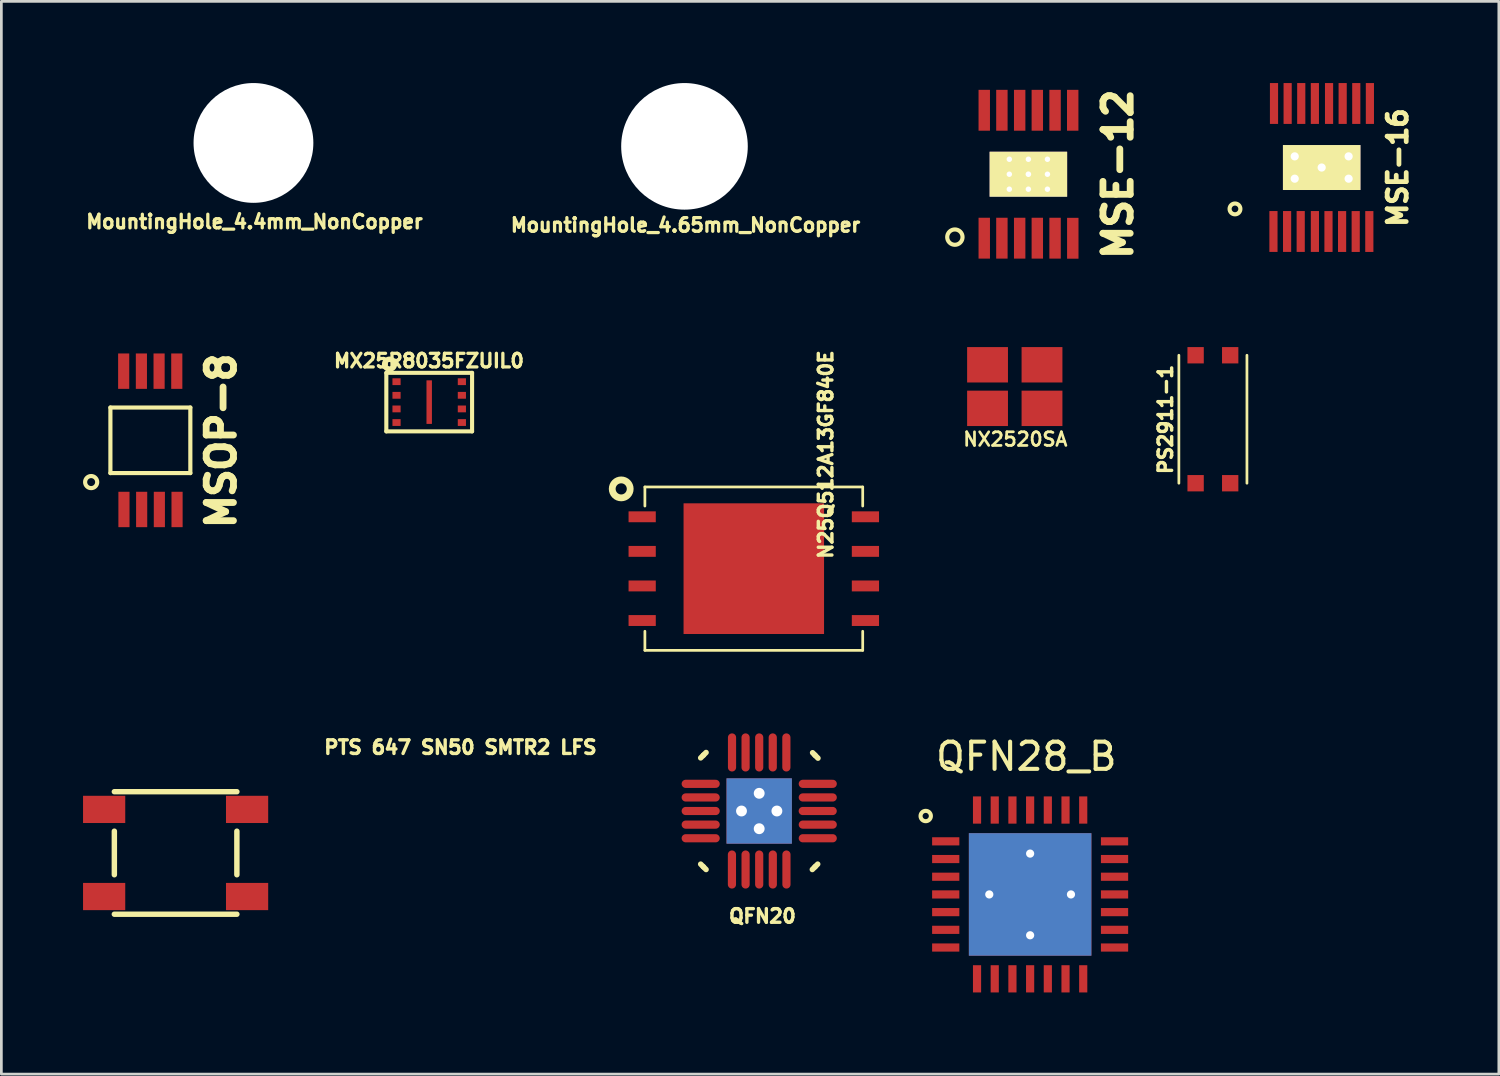
<source format=kicad_pcb>
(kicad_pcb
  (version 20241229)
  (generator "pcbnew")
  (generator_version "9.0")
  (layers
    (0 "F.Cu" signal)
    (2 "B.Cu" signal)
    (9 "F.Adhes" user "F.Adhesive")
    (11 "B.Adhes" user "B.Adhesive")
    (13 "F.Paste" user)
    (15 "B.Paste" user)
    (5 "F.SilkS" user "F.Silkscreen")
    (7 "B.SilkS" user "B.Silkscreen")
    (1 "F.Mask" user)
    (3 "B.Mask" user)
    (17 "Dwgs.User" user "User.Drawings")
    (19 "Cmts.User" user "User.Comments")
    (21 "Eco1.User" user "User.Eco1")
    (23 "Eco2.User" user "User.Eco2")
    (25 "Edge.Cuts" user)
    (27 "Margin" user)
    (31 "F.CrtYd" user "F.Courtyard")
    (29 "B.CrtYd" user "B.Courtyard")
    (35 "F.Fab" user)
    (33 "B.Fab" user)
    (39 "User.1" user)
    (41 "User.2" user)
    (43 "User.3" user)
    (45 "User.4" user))
  (footprint "QFN20"
    (layer "F.Cu")
    (at 24.834 26.737)
    (property "Reference" "QFN20" (at 0.119 3.861 0) (layer "F.SilkS") (effects (font (size 0.5 0.5) (thickness 0.124))))
    (attr smd)
    (fp_line (start -2.05 -2.05) (end -2.149 -1.951) (stroke (width 0.201) (type solid)) (layer "F.SilkS"))
    (fp_line (start -2.05 -2.05) (end -1.951 -2.149) (stroke (width 0.201) (type solid)) (layer "F.SilkS"))
    (fp_line (start -2.05 2.05) (end -2.149 1.951) (stroke (width 0.201) (type solid)) (layer "F.SilkS"))
    (fp_line (start -2.05 2.05) (end -1.951 2.149) (stroke (width 0.201) (type solid)) (layer "F.SilkS"))
    (fp_line (start 2.05 -2.05) (end 1.961 -2.141) (stroke (width 0.201) (type solid)) (layer "F.SilkS"))
    (fp_line (start 2.05 -2.05) (end 2.159 -1.941) (stroke (width 0.201) (type solid)) (layer "F.SilkS"))
    (fp_line (start 2.05 2.05) (end 1.951 2.149) (stroke (width 0.201) (type solid)) (layer "F.SilkS"))
    (fp_line (start 2.05 2.05) (end 2.149 1.951) (stroke (width 0.201) (type solid)) (layer "F.SilkS"))
    (pad "1" smd oval (at -2.149 -0.998) (size 1.4 0.3) (layers "F.Cu" "F.Mask" "F.Paste"))
    (pad "2" smd oval (at -2.149 -0.498) (size 1.4 0.3) (layers "F.Cu" "F.Mask" "F.Paste"))
    (pad "3" smd oval (at -2.149 0) (size 1.4 0.3) (layers "F.Cu" "F.Mask" "F.Paste"))
    (pad "4" smd oval (at -2.149 0.5) (size 1.4 0.3) (layers "F.Cu" "F.Mask" "F.Paste"))
    (pad "5" smd oval (at -2.149 1.001) (size 1.4 0.3) (layers "F.Cu" "F.Mask" "F.Paste"))
    (pad "6" smd oval (at -1.001 2.149) (size 0.3 1.4) (layers "F.Cu" "F.Mask" "F.Paste"))
    (pad "7" smd oval (at -0.5 2.149) (size 0.3 1.4) (layers "F.Cu" "F.Mask" "F.Paste"))
    (pad "8" smd oval (at 0 2.149) (size 0.3 1.4) (layers "F.Cu" "F.Mask" "F.Paste"))
    (pad "9" smd oval (at 0.5 2.149) (size 0.3 1.4) (layers "F.Cu" "F.Mask" "F.Paste"))
    (pad "10" smd oval (at 1.001 2.149) (size 0.3 1.4) (layers "F.Cu" "F.Mask" "F.Paste"))
    (pad "11" smd oval (at 2.151 1.001) (size 1.4 0.3) (layers "F.Cu" "F.Mask" "F.Paste"))
    (pad "12" smd oval (at 2.151 0.5) (size 1.4 0.3) (layers "F.Cu" "F.Mask" "F.Paste"))
    (pad "13" smd oval (at 2.149 0) (size 1.4 0.3) (layers "F.Cu" "F.Mask" "F.Paste"))
    (pad "14" smd oval (at 2.151 -0.498) (size 1.4 0.3) (layers "F.Cu" "F.Mask" "F.Paste"))
    (pad "15" smd oval (at 2.151 -0.998) (size 1.4 0.3) (layers "F.Cu" "F.Mask" "F.Paste"))
    (pad "16" smd oval (at 0.998 -2.151) (size 0.3 1.4) (layers "F.Cu" "F.Mask" "F.Paste"))
    (pad "17" smd oval (at 0.498 -2.151) (size 0.3 1.4) (layers "F.Cu" "F.Mask" "F.Paste"))
    (pad "18" smd oval (at 0 -2.151) (size 0.3 1.4) (layers "F.Cu" "F.Mask" "F.Paste"))
    (pad "19" smd oval (at -0.5 -2.151) (size 0.3 1.4) (layers "F.Cu" "F.Mask" "F.Paste"))
    (pad "20" smd oval (at -0.998 -2.151) (size 0.3 1.4) (layers "F.Cu" "F.Mask" "F.Paste"))
    (pad "21" smd circle (at -0.65 -0.65) (size 0.399 0.399) (layers "F.Cu" "F.Mask" "F.Paste"))
    (pad "21" thru_hole circle (at -0.65 0) (size 0.5 0.5) (drill 0.399) (layers "*.Cu"))
    (pad "21" smd circle (at -0.65 0.65) (size 0.399 0.399) (layers "F.Cu" "F.Mask" "F.Paste"))
    (pad "21" thru_hole circle (at 0 -0.65) (size 0.5 0.5) (drill 0.399) (layers "*.Cu"))
    (pad "21" smd circle (at 0 0) (size 0.399 0.399) (layers "F.Cu" "F.Mask" "F.Paste"))
    (pad "21" smd rect (at 0 0) (size 2.4 2.4) (layers "*.Cu"))
    (pad "21" thru_hole circle (at 0 0.65) (size 0.5 0.5) (drill 0.399) (layers "*.Cu"))
    (pad "21" smd circle (at 0.65 -0.65) (size 0.399 0.399) (layers "F.Cu" "F.Mask" "F.Paste"))
    (pad "21" thru_hole circle (at 0.65 0) (size 0.5 0.5) (drill 0.399) (layers "*.Cu"))
    (pad "21" smd circle (at 0.65 0.65) (size 0.399 0.399) (layers "F.Cu" "F.Mask" "F.Paste")))
  (footprint "MSE-16"
    (layer "F.Cu")
    (at 45.493 3.103)
    (property "Reference" "MSE-16" (at 2.79 0 90) (layer "F.SilkS") (effects (font (size 0.7 0.7) (thickness 0.175))))
    (attr through_hole)
    (fp_circle (center -3.184 1.52) (end -3.012 1.619) (stroke (width 0.152) (type solid)) (fill no) (layer "F.SilkS"))
    (pad "1" smd rect (at -1.771 2.349) (size 0.3 1.501) (layers "F.Cu" "F.Mask" "F.Paste"))
    (pad "2" smd rect (at -1.27 2.349) (size 0.3 1.501) (layers "F.Cu" "F.Mask" "F.Paste"))
    (pad "3" smd rect (at -0.77 2.349) (size 0.3 1.501) (layers "F.Cu" "F.Mask" "F.Paste"))
    (pad "4" smd rect (at -0.249 2.349) (size 0.3 1.501) (layers "F.Cu" "F.Mask" "F.Paste"))
    (pad "5" smd rect (at 0.25 2.35) (size 0.3 1.501) (layers "F.Cu" "F.Mask" "F.Paste"))
    (pad "6" smd rect (at 0.75 2.35) (size 0.3 1.501) (layers "F.Cu" "F.Mask" "F.Paste"))
    (pad "7" smd rect (at 1.25 2.35) (size 0.3 1.501) (layers "F.Cu" "F.Mask" "F.Paste"))
    (pad "8" smd rect (at 1.75 2.35) (size 0.3 1.501) (layers "F.Cu" "F.Mask" "F.Paste"))
    (pad "9" smd rect (at 1.771 -2.352) (size 0.3 1.501) (layers "F.Cu" "F.Mask" "F.Paste"))
    (pad "10" smd rect (at 1.271 -2.352) (size 0.3 1.501) (layers "F.Cu" "F.Mask" "F.Paste"))
    (pad "11" smd rect (at 0.771 -2.352) (size 0.3 1.501) (layers "F.Cu" "F.Mask" "F.Paste"))
    (pad "12" smd rect (at 0.271 -2.352) (size 0.3 1.501) (layers "F.Cu" "F.Mask" "F.Paste"))
    (pad "13" smd rect (at -0.25 -2.352) (size 0.3 1.501) (layers "F.Cu" "F.Mask" "F.Paste"))
    (pad "14" smd rect (at -0.75 -2.352) (size 0.3 1.501) (layers "F.Cu" "F.Mask" "F.Paste"))
    (pad "15" smd rect (at -1.25 -2.352) (size 0.3 1.501) (layers "F.Cu" "F.Mask" "F.Paste"))
    (pad "16" smd rect (at -1.751 -2.352) (size 0.3 1.501) (layers "F.Cu" "F.Mask" "F.Paste"))
    (pad "17" thru_hole circle (at -0.99 -0.41) (size 0.6 0.6) (drill 0.3) (layers "*.Cu" "*.Mask" "F.SilkS"))
    (pad "17" thru_hole circle (at -0.99 0.41) (size 0.6 0.6) (drill 0.3) (layers "*.Cu" "*.Mask" "F.SilkS"))
    (pad "17" thru_hole rect (at 0 0) (size 2.845 1.651) (drill 0.3) (layers "*.Cu" "*.Mask" "F.SilkS"))
    (pad "17" thru_hole circle (at 0.99 -0.41) (size 0.6 0.6) (drill 0.3) (layers "*.Cu" "*.Mask" "F.SilkS"))
    (pad "17" thru_hole circle (at 0.99 0.41) (size 0.6 0.6) (drill 0.3) (layers "*.Cu" "*.Mask" "F.SilkS")))
  (footprint "PTS 647 SN50 SMTR2 LFS"
    (layer "F.Cu")
    (at 3.4 28.278)
    (property "Reference" "PTS 647 SN50 SMTR2 LFS" (at 10.46 -3.88 0) (layer "F.SilkS") (effects (font (size 0.5 0.5) (thickness 0.125))))
    (attr through_hole)
    (fp_line (start -2.25 -2.25) (end 2.25 -2.25) (stroke (width 0.2) (type solid)) (layer "F.SilkS"))
    (fp_line (start -2.25 -0.8) (end -2.25 0.8) (stroke (width 0.2) (type solid)) (layer "F.SilkS"))
    (fp_line (start -2.25 2.25) (end 2.25 2.25) (stroke (width 0.2) (type solid)) (layer "F.SilkS"))
    (fp_line (start 2.25 -0.8) (end 2.25 0.8) (stroke (width 0.2) (type solid)) (layer "F.SilkS"))
    (pad "" smd rect (at 2.625 -1.6) (size 1.55 1) (layers "F.Cu" "F.Mask" "F.Paste"))
    (pad "" smd rect (at 2.625 1.6) (size 1.55 1) (layers "F.Cu" "F.Mask" "F.Paste"))
    (pad "1" smd rect (at -2.625 -1.6) (size 1.55 1) (layers "F.Cu" "F.Mask" "F.Paste"))
    (pad "2" smd rect (at -2.625 1.6) (size 1.55 1) (layers "F.Cu" "F.Mask" "F.Paste")))
  (footprint "N25Q512A13GF840E"
    (layer "F.Cu")
    (at 24.636 17.836)
    (property "Reference" "N25Q512A13GF840E" (at 2.644 -4.191 90) (layer "F.SilkS") (effects (font (size 0.5 0.5) (thickness 0.125))))
    (attr through_hole)
    (fp_line (start -4 -3) (end -4 -2.3) (stroke (width 0.1) (type solid)) (layer "F.SilkS"))
    (fp_line (start -4 -3) (end 4 -3) (stroke (width 0.1) (type solid)) (layer "F.SilkS"))
    (fp_line (start -4 2.3) (end -4 3) (stroke (width 0.1) (type solid)) (layer "F.SilkS"))
    (fp_line (start -4 3) (end 4 3) (stroke (width 0.1) (type solid)) (layer "F.SilkS"))
    (fp_line (start 4 -3) (end 4 -2.3) (stroke (width 0.1) (type solid)) (layer "F.SilkS"))
    (fp_line (start 4 2.3) (end 4 3) (stroke (width 0.1) (type solid)) (layer "F.SilkS"))
    (fp_circle (center -4.87 -2.93) (end -4.68 -2.66) (stroke (width 0.25) (type solid)) (fill no) (layer "F.SilkS"))
    (pad "1" smd rect (at -4.1 -1.905) (size 1 0.4) (layers "F.Cu" "F.Mask" "F.Paste"))
    (pad "2" smd rect (at -4.1 -0.635) (size 1 0.4) (layers "F.Cu" "F.Mask" "F.Paste"))
    (pad "3" smd rect (at -4.1 0.635) (size 1 0.4) (layers "F.Cu" "F.Mask" "F.Paste"))
    (pad "4" smd rect (at -4.1 1.905) (size 1 0.4) (layers "F.Cu" "F.Mask" "F.Paste"))
    (pad "5" smd rect (at 4.1 1.905) (size 1 0.4) (layers "F.Cu" "F.Mask" "F.Paste"))
    (pad "6" smd rect (at 4.1 0.635) (size 1 0.4) (layers "F.Cu" "F.Mask" "F.Paste"))
    (pad "7" smd rect (at 4.1 -0.635) (size 1 0.4) (layers "F.Cu" "F.Mask" "F.Paste"))
    (pad "8" smd rect (at 4.1 -1.905) (size 1 0.4) (layers "F.Cu" "F.Mask" "F.Paste"))
    (pad "9" smd rect (at 0 0) (size 5.16 4.8) (layers "F.Cu" "F.Mask" "F.Paste")))
  (footprint "NX2520SA"
    (layer "F.Cu")
    (at 34.221 11.148)
    (property "Reference" "NX2520SA" (at 0.02 1.935 0) (layer "F.SilkS") (effects (font (size 0.5 0.5) (thickness 0.1))))
    (attr through_hole)
    (pad "1" smd rect (at -1 -0.8) (size 1 1) (layers "F.Cu" "F.Paste"))
    (pad "1" smd rect (at -1 -0.8) (size 1.5 1.3) (layers "F.Cu" "F.Mask"))
    (pad "2" smd rect (at -1 0.8) (size 1 1) (layers "F.Cu" "F.Paste"))
    (pad "2" smd rect (at -1 0.8) (size 1.5 1.3) (layers "F.Cu" "F.Mask"))
    (pad "3" smd rect (at 1 -0.8) (size 1 1) (layers "F.Cu" "F.Paste"))
    (pad "3" smd rect (at 1 -0.8) (size 1.5 1.3) (layers "F.Cu" "F.Mask"))
    (pad "4" smd rect (at 1 0.8) (size 1 1) (layers "F.Cu" "F.Paste"))
    (pad "4" smd rect (at 1 0.8) (size 1.5 1.3) (layers "F.Cu" "F.Mask")))
  (footprint "QFN28_B"
    (layer "F.Cu")
    (at 34.785 29.801)
    (property "Reference" "QFN28_B" (at -0.14 -5.067 0) (layer "F.SilkS") (effects (font (size 1 1) (thickness 0.15))))
    (attr through_hole)
    (fp_circle (center -3.835 -2.88) (end -3.721 -2.728) (stroke (width 0.15) (type solid)) (fill no) (layer "F.SilkS"))
    (pad "1" smd rect (at -3.1 -1.95) (size 1 0.3) (layers "F.Cu" "F.Mask"))
    (pad "2" smd rect (at -3.1 -1.3) (size 1 0.3) (layers "F.Cu" "F.Mask"))
    (pad "3" smd rect (at -3.1 -0.65) (size 1 0.3) (layers "F.Cu" "F.Mask"))
    (pad "4" smd rect (at -3.1 0) (size 1 0.3) (layers "F.Cu" "F.Mask"))
    (pad "5" smd rect (at -3.1 0.65) (size 1 0.3) (layers "F.Cu" "F.Mask"))
    (pad "6" smd rect (at -3.1 1.3) (size 1 0.3) (layers "F.Cu" "F.Mask"))
    (pad "7" smd rect (at -3.1 1.95) (size 1 0.3) (layers "F.Cu" "F.Mask"))
    (pad "8" smd rect (at -1.95 3.1) (size 0.3 1) (layers "F.Cu" "F.Mask"))
    (pad "9" smd rect (at -1.3 3.1) (size 0.3 1) (layers "F.Cu" "F.Mask"))
    (pad "10" smd rect (at -0.65 3.1) (size 0.3 1) (layers "F.Cu" "F.Mask"))
    (pad "11" smd rect (at 0 3.1) (size 0.3 1) (layers "F.Cu" "F.Mask"))
    (pad "12" smd rect (at 0.65 3.1) (size 0.3 1) (layers "F.Cu" "F.Mask"))
    (pad "13" smd rect (at 1.3 3.1) (size 0.3 1) (layers "F.Cu" "F.Mask"))
    (pad "14" smd rect (at 1.95 3.1) (size 0.3 1) (layers "F.Cu" "F.Mask"))
    (pad "15" smd rect (at 3.1 1.95) (size 1 0.3) (layers "F.Cu" "F.Mask"))
    (pad "16" smd rect (at 3.1 1.3) (size 1 0.3) (layers "F.Cu" "F.Mask"))
    (pad "17" smd rect (at 3.1 0.65) (size 1 0.3) (layers "F.Cu" "F.Mask"))
    (pad "18" smd rect (at 3.1 0) (size 1 0.3) (layers "F.Cu" "F.Mask"))
    (pad "19" smd rect (at 3.1 -0.65) (size 1 0.3) (layers "F.Cu" "F.Mask"))
    (pad "20" smd rect (at 3.1 -1.3) (size 1 0.3) (layers "F.Cu" "F.Mask"))
    (pad "21" smd rect (at 3.1 -1.95) (size 1 0.3) (layers "F.Cu" "F.Mask"))
    (pad "22" smd rect (at 1.95 -3.1) (size 0.3 1) (layers "F.Cu" "F.Mask"))
    (pad "23" smd rect (at 1.3 -3.1) (size 0.3 1) (layers "F.Cu" "F.Mask"))
    (pad "24" smd rect (at 0.65 -3.1) (size 0.3 1) (layers "F.Cu" "F.Mask"))
    (pad "25" smd rect (at 0 -3.1) (size 0.3 1) (layers "F.Cu" "F.Mask"))
    (pad "26" smd rect (at -0.65 -3.1) (size 0.3 1) (layers "F.Cu" "F.Mask"))
    (pad "27" smd rect (at -1.3 -3.1) (size 0.3 1) (layers "F.Cu" "F.Mask"))
    (pad "28" smd rect (at -1.95 -3.1) (size 0.3 1) (layers "F.Cu" "F.Mask"))
    (pad "29" thru_hole circle (at -1.5 0) (size 0.5 0.5) (drill 0.3) (layers "*.Cu"))
    (pad "29" smd rect (at -1.25 -1.25) (size 1 1) (layers "F.Cu" "F.Mask"))
    (pad "29" smd rect (at -1.25 1.25) (size 1 1) (layers "F.Cu" "F.Mask"))
    (pad "29" thru_hole circle (at 0 -1.5) (size 0.5 0.5) (drill 0.3) (layers "*.Cu"))
    (pad "29" smd rect (at 0 0) (size 1 1) (layers "F.Cu" "F.Mask"))
    (pad "29" connect rect (at 0 0) (size 4.5 4.5) (layers "F.Cu"))
    (pad "29" smd rect (at 0 0) (size 4.5 4.5) (layers "B.Cu"))
    (pad "29" thru_hole circle (at 0 1.5) (size 0.5 0.5) (drill 0.3) (layers "*.Cu"))
    (pad "29" smd rect (at 1.25 -1.25) (size 1 1) (layers "F.Cu" "F.Mask"))
    (pad "29" smd rect (at 1.25 1.25) (size 1 1) (layers "F.Cu" "F.Mask"))
    (pad "29" thru_hole circle (at 1.5 0) (size 0.5 0.5) (drill 0.3) (layers "*.Cu")))
  (footprint "MountingHole_4.4mm_NonCopper"
    (layer "F.Cu")
    (at 6.259 2.2)
    (property "Reference" "MountingHole_4.4mm_NonCopper" (at 0.038 2.893 0) (layer "F.SilkS") (effects (font (size 0.5 0.5) (thickness 0.12))))
    (attr through_hole)
    (pad "" np_thru_hole circle (at 0 0) (size 4.4 4.4) (drill 4.4) (layers "*.Cu" "*.Mask")))
  (footprint "MSE-12"
    (layer "F.Cu")
    (at 34.721 3.349)
    (property "Reference" "MSE-12" (at 3.289 0 90) (layer "F.SilkS") (effects (font (size 1.001 1.001) (thickness 0.251))))
    (attr through_hole)
    (fp_circle (center -2.7 2.31) (end -2.45 2.44) (stroke (width 0.152) (type solid)) (fill no) (layer "F.SilkS"))
    (pad "1" smd rect (at -1.621 2.349) (size 0.419 1.501) (layers "F.Cu" "F.Mask" "F.Paste"))
    (pad "2" smd rect (at -0.973 2.349) (size 0.419 1.501) (layers "F.Cu" "F.Mask" "F.Paste"))
    (pad "3" smd rect (at -0.32 2.349) (size 0.419 1.501) (layers "F.Cu" "F.Mask" "F.Paste"))
    (pad "4" smd rect (at 0.328 2.349) (size 0.419 1.501) (layers "F.Cu" "F.Mask" "F.Paste"))
    (pad "5" smd rect (at 0.98 2.349) (size 0.419 1.501) (layers "F.Cu" "F.Mask" "F.Paste"))
    (pad "6" smd rect (at 1.631 2.352) (size 0.419 1.501) (layers "F.Cu" "F.Mask" "F.Paste"))
    (pad "7" smd rect (at 1.628 -2.349) (size 0.419 1.501) (layers "F.Cu" "F.Mask" "F.Paste"))
    (pad "8" smd rect (at 0.98 -2.349) (size 0.419 1.501) (layers "F.Cu" "F.Mask" "F.Paste"))
    (pad "9" smd rect (at 0.328 -2.349) (size 0.419 1.501) (layers "F.Cu" "F.Mask" "F.Paste"))
    (pad "10" smd rect (at -0.32 -2.349) (size 0.419 1.501) (layers "F.Cu" "F.Mask" "F.Paste"))
    (pad "11" smd rect (at -0.973 -2.349) (size 0.419 1.501) (layers "F.Cu" "F.Mask" "F.Paste"))
    (pad "12" smd rect (at -1.621 -2.349) (size 0.419 1.501) (layers "F.Cu" "F.Mask" "F.Paste"))
    (pad "13" thru_hole circle (at -0.7 -0.55) (size 0.5 0.5) (drill 0.201) (layers "*.Cu" "*.Mask" "F.SilkS"))
    (pad "13" thru_hole circle (at -0.7 0) (size 0.5 0.5) (drill 0.201) (layers "*.Cu" "*.Mask" "F.SilkS"))
    (pad "13" thru_hole circle (at -0.7 0.55) (size 0.5 0.5) (drill 0.201) (layers "*.Cu" "*.Mask" "F.SilkS"))
    (pad "13" thru_hole circle (at 0 -0.55) (size 0.5 0.5) (drill 0.201) (layers "*.Cu" "*.Mask" "F.SilkS"))
    (pad "13" thru_hole rect (at 0 0) (size 2.845 1.651) (drill 0.207) (layers "*.Cu" "*.Mask" "F.SilkS"))
    (pad "13" thru_hole circle (at 0 0.55) (size 0.5 0.5) (drill 0.201) (layers "*.Cu" "*.Mask" "F.SilkS"))
    (pad "13" thru_hole circle (at 0.7 -0.55) (size 0.5 0.5) (drill 0.201) (layers "*.Cu" "*.Mask" "F.SilkS"))
    (pad "13" thru_hole circle (at 0.7 0) (size 0.5 0.5) (drill 0.201) (layers "*.Cu" "*.Mask" "F.SilkS"))
    (pad "13" thru_hole circle (at 0.7 0.55) (size 0.5 0.5) (drill 0.201) (layers "*.Cu" "*.Mask" "F.SilkS")))
  (footprint "MountingHole_4.65mm_NonCopper"
    (layer "F.Cu")
    (at 22.09 2.325)
    (property "Reference" "MountingHole_4.65mm_NonCopper" (at 0.038 2.893 0) (layer "F.SilkS") (effects (font (size 0.5 0.5) (thickness 0.12))))
    (attr through_hole)
    (pad "" np_thru_hole circle (at 0 0) (size 4.65 4.65) (drill 4.65) (layers "*.Cu" "*.Mask")))
  (footprint "PS2911-1"
    (layer "F.Cu")
    (at 41.498 12.348)
    (property "Reference" "PS2911-1" (at -1.74 0.008 90) (layer "F.SilkS") (effects (font (size 0.5 0.5) (thickness 0.125))))
    (attr through_hole)
    (fp_line (start -1.25 -2.35) (end -1.25 2.35) (stroke (width 0.1) (type solid)) (layer "F.SilkS"))
    (fp_line (start 1.25 -2.35) (end 1.25 2.35) (stroke (width 0.1) (type solid)) (layer "F.SilkS"))
    (pad "1" smd rect (at -0.635 2.35) (size 0.6 0.6) (layers "F.Cu" "F.Mask" "F.Paste"))
    (pad "2" smd rect (at 0.635 2.35) (size 0.6 0.6) (layers "F.Cu" "F.Mask" "F.Paste"))
    (pad "3" smd rect (at 0.635 -2.35) (size 0.6 0.6) (layers "F.Cu" "F.Mask" "F.Paste"))
    (pad "4" smd rect (at -0.635 -2.35) (size 0.6 0.6) (layers "F.Cu" "F.Mask" "F.Paste")))
  (footprint "MSOP-8"
    (layer "F.Cu")
    (at 2.473 13.122)
    (property "Reference" "MSOP-8" (at 2.601 0.02 90) (layer "F.SilkS") (effects (font (size 1.001 1.001) (thickness 0.251))))
    (attr through_hole)
    (fp_line (start -1.468 -1.204) (end -1.468 1.204) (stroke (width 0.152) (type solid)) (layer "F.SilkS"))
    (fp_line (start -1.468 1.204) (end 1.468 1.204) (stroke (width 0.152) (type solid)) (layer "F.SilkS"))
    (fp_line (start 1.468 -1.204) (end -1.468 -1.204) (stroke (width 0.152) (type solid)) (layer "F.SilkS"))
    (fp_line (start 1.468 1.204) (end 1.468 -1.204) (stroke (width 0.152) (type solid)) (layer "F.SilkS"))
    (fp_circle (center -2.175 1.534) (end -2 1.671) (stroke (width 0.152) (type solid)) (fill no) (layer "F.SilkS"))
    (pad "1" smd rect (at -0.97 2.54) (size 0.409 1.3) (layers "F.Cu" "F.Mask" "F.Paste"))
    (pad "2" smd rect (at -0.32 2.54) (size 0.409 1.3) (layers "F.Cu" "F.Mask" "F.Paste"))
    (pad "3" smd rect (at 0.33 2.54) (size 0.409 1.3) (layers "F.Cu" "F.Mask" "F.Paste"))
    (pad "4" smd rect (at 0.98 2.54) (size 0.409 1.3) (layers "F.Cu" "F.Mask" "F.Paste"))
    (pad "5" smd rect (at 0.97 -2.54) (size 0.409 1.3) (layers "F.Cu" "F.Mask" "F.Paste"))
    (pad "6" smd rect (at 0.32 -2.54) (size 0.409 1.3) (layers "F.Cu" "F.Mask" "F.Paste"))
    (pad "7" smd rect (at -0.33 -2.54) (size 0.409 1.3) (layers "F.Cu" "F.Mask" "F.Paste"))
    (pad "8" smd rect (at -0.98 -2.54) (size 0.409 1.3) (layers "F.Cu" "F.Mask" "F.Paste")))
  (footprint "MX25R8035FZUIL0"
    (layer "F.Cu")
    (at 12.714 11.719)
    (property "Reference" "MX25R8035FZUIL0" (at -0.009 -1.518 0) (layer "F.SilkS") (effects (font (size 0.5 0.5) (thickness 0.12))))
    (attr through_hole)
    (fp_line (start -1.575 -1.075) (end -1.575 1.075) (stroke (width 0.15) (type solid)) (layer "F.SilkS"))
    (fp_line (start -1.575 -1.075) (end 1.575 -1.075) (stroke (width 0.15) (type solid)) (layer "F.SilkS"))
    (fp_line (start -1.575 1.075) (end 1.575 1.075) (stroke (width 0.15) (type solid)) (layer "F.SilkS"))
    (fp_line (start 1.575 -1.075) (end 1.575 1.075) (stroke (width 0.15) (type solid)) (layer "F.SilkS"))
    (fp_circle (center -1.456 -1.394) (end -1.38 -1.368) (stroke (width 0.2) (type solid)) (fill no) (layer "F.SilkS"))
    (pad "" smd rect (at 0 0) (size 0.2 1.6) (layers "F.Cu" "F.Mask" "F.Paste"))
    (pad "1" smd rect (at -1.2 -0.75) (size 0.3 0.25) (layers "F.Cu" "F.Mask" "F.Paste"))
    (pad "2" smd rect (at -1.2 -0.25) (size 0.3 0.25) (layers "F.Cu" "F.Mask" "F.Paste"))
    (pad "3" smd rect (at -1.2 0.25) (size 0.3 0.25) (layers "F.Cu" "F.Mask" "F.Paste"))
    (pad "4" smd rect (at -1.2 0.75) (size 0.3 0.25) (layers "F.Cu" "F.Mask" "F.Paste"))
    (pad "5" smd rect (at 1.2 0.75) (size 0.3 0.25) (layers "F.Cu" "F.Mask" "F.Paste"))
    (pad "6" smd rect (at 1.2 0.25) (size 0.3 0.25) (layers "F.Cu" "F.Mask" "F.Paste"))
    (pad "7" smd rect (at 1.2 -0.25) (size 0.3 0.25) (layers "F.Cu" "F.Mask" "F.Paste"))
    (pad "8" smd rect (at 1.2 -0.75) (size 0.3 0.25) (layers "F.Cu" "F.Mask" "F.Paste")))
  (gr_rect
    (start -3 -3)
    (end 52 36.401)
    (stroke (width 0.1) (type default))
    (fill no)
    (layer "Edge.Cuts")))
</source>
